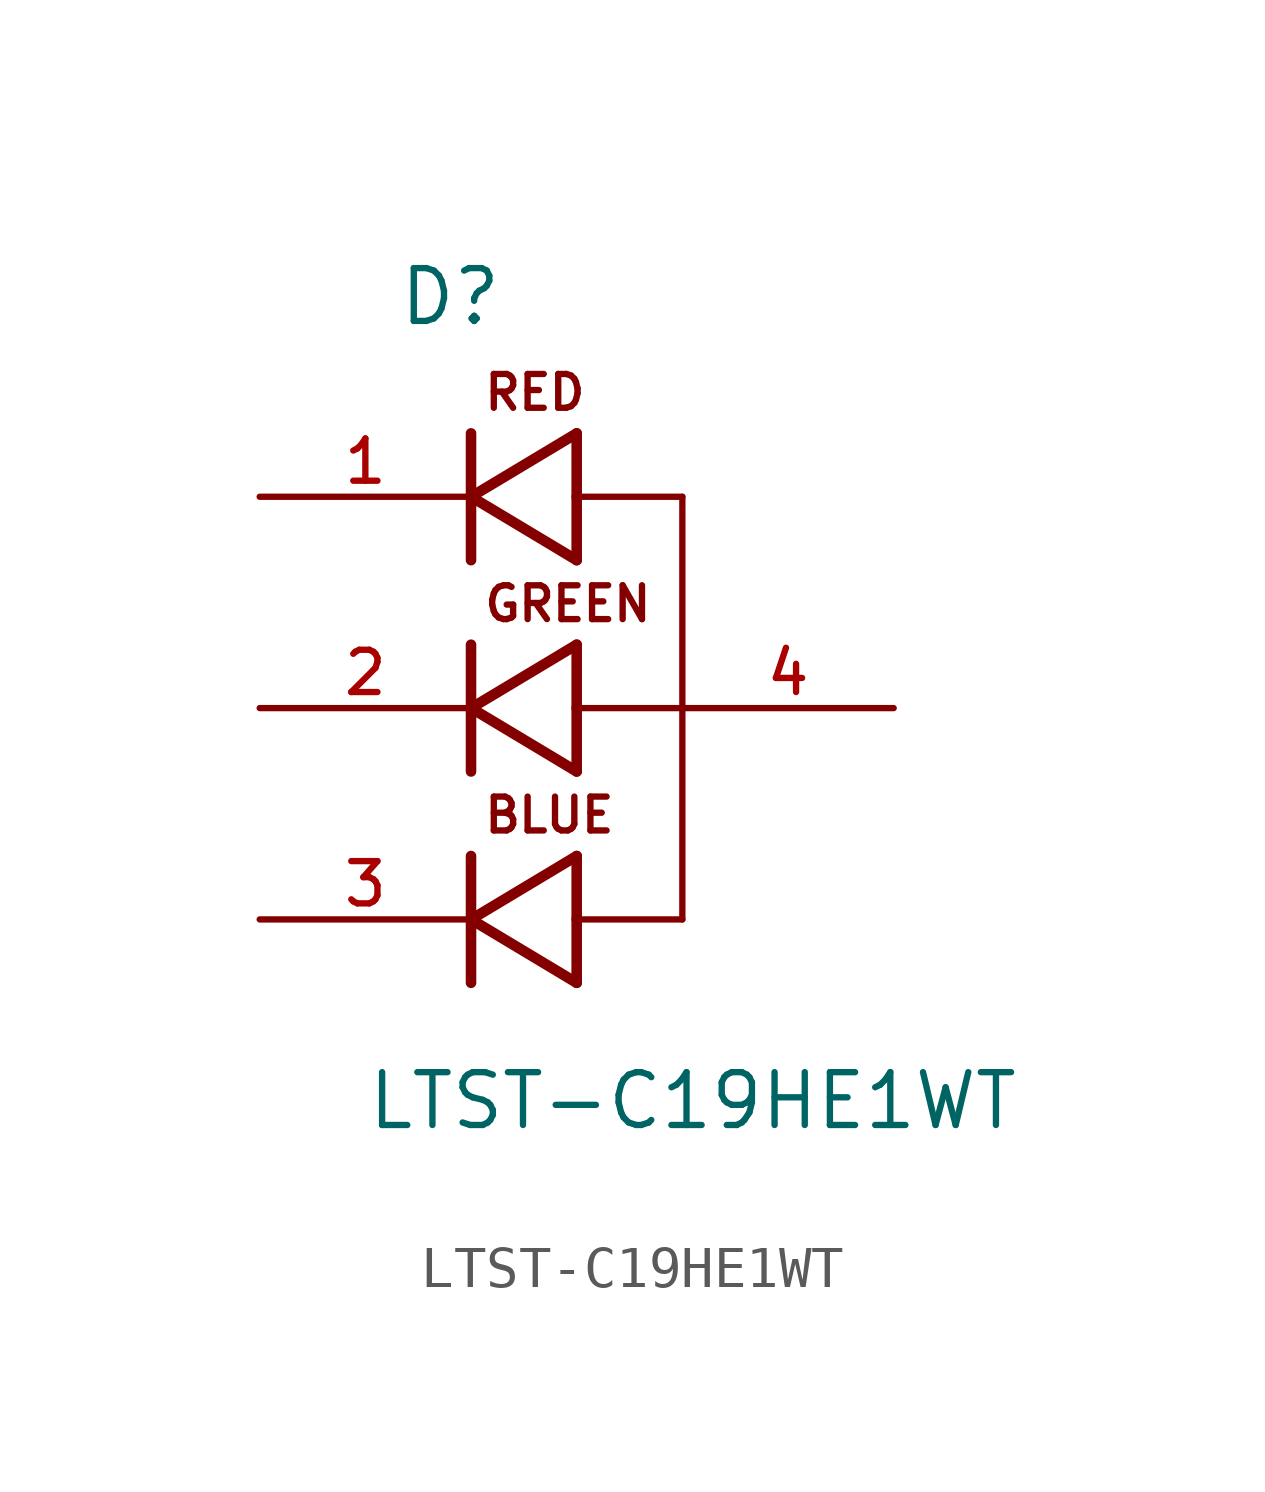
<source format=kicad_sym>
(kicad_symbol_lib
  (version 20211014)
  (generator kicad_symbol_editor)
  (symbol "LTST-C19HE1WT"
    (pin_names
      (offset 1.016) hide)
    (property "Reference" "D"
      (at -1.778 9.144 0)
      (effects (font (size 1.27 1.27)) (justify left bottom)))
    (property "Value" "LTST-C19HE1WT"
      (at -2.54 -10.185 0)
      (effects (font (size 1.27 1.27)) (justify left bottom)))
    (symbol "LTST-C19HE1WT_0_0"
      (polyline (pts (xy 0 -6.604) (xy 0 -3.556)) (stroke (width 0.254) (type default) (color 0 0 0 0)) (fill (type none)))
      (polyline (pts (xy 0 -5.08) (xy 2.54 -6.604)) (stroke (width 0.254) (type default) (color 0 0 0 0)) (fill (type none)))
      (polyline (pts (xy 0 -1.524) (xy 0 1.524)) (stroke (width 0.254) (type default) (color 0 0 0 0)) (fill (type none)))
      (polyline (pts (xy 0 0) (xy 2.54 -1.524)) (stroke (width 0.254) (type default) (color 0 0 0 0)) (fill (type none)))
      (polyline (pts (xy 0 3.556) (xy 0 6.604)) (stroke (width 0.254) (type default) (color 0 0 0 0)) (fill (type none)))
      (polyline (pts (xy 0 5.08) (xy 2.54 3.556)) (stroke (width 0.254) (type default) (color 0 0 0 0)) (fill (type none)))
      (polyline (pts (xy 2.54 -6.604) (xy 2.54 -5.08)) (stroke (width 0.254) (type default) (color 0 0 0 0)) (fill (type none)))
      (polyline (pts (xy 2.54 -5.08) (xy 2.54 -3.556)) (stroke (width 0.254) (type default) (color 0 0 0 0)) (fill (type none)))
      (polyline (pts (xy 2.54 -5.08) (xy 5.08 -5.08)) (stroke (width 0.152) (type default) (color 0 0 0 0)) (fill (type none)))
      (polyline (pts (xy 2.54 -3.556) (xy 0 -5.08)) (stroke (width 0.254) (type default) (color 0 0 0 0)) (fill (type none)))
      (polyline (pts (xy 2.54 -1.524) (xy 2.54 0)) (stroke (width 0.254) (type default) (color 0 0 0 0)) (fill (type none)))
      (polyline (pts (xy 2.54 0) (xy 2.54 1.524)) (stroke (width 0.254) (type default) (color 0 0 0 0)) (fill (type none)))
      (polyline (pts (xy 2.54 1.524) (xy 0 0)) (stroke (width 0.254) (type default) (color 0 0 0 0)) (fill (type none)))
      (polyline (pts (xy 2.54 3.556) (xy 2.54 5.08)) (stroke (width 0.254) (type default) (color 0 0 0 0)) (fill (type none)))
      (polyline (pts (xy 2.54 5.08) (xy 2.54 6.604)) (stroke (width 0.254) (type default) (color 0 0 0 0)) (fill (type none)))
      (polyline (pts (xy 2.54 6.604) (xy 0 5.08)) (stroke (width 0.254) (type default) (color 0 0 0 0)) (fill (type none)))
      (polyline (pts (xy 5.08 -5.08) (xy 5.08 0)) (stroke (width 0.152) (type default) (color 0 0 0 0)) (fill (type none)))
      (polyline (pts (xy 5.08 0) (xy 2.54 0)) (stroke (width 0.152) (type default) (color 0 0 0 0)) (fill (type none)))
      (polyline (pts (xy 5.08 0) (xy 5.08 5.08)) (stroke (width 0.152) (type default) (color 0 0 0 0)) (fill (type none)))
      (polyline (pts (xy 5.08 5.08) (xy 2.54 5.08)) (stroke (width 0.152) (type default) (color 0 0 0 0)) (fill (type none)))
      (text "BLUE" (at 0.254 -3.048 0) (effects (font (size 0.813 0.813)) (justify left bottom)))
      (text "GREEN" (at 0.254 2.032 0) (effects (font (size 0.813 0.813)) (justify left bottom)))
      (text "RED" (at 0.254 7.112 0) (effects (font (size 0.813 0.813)) (justify left bottom)))
      (pin passive line (at -5.08 5.08 0) (length 5.08) (name "~" (effects (font (size 1.016 1.016)))) (number "1" (effects (font (size 1.016 1.016)))))
      (pin passive line (at -5.08 0 0) (length 5.08) (name "~" (effects (font (size 1.016 1.016)))) (number "2" (effects (font (size 1.016 1.016)))))
      (pin passive line (at -5.08 -5.08 0) (length 5.08) (name "~" (effects (font (size 1.016 1.016)))) (number "3" (effects (font (size 1.016 1.016)))))
      (pin passive line (at 10.16 0 180) (length 5.08) (name "~" (effects (font (size 1.016 1.016)))) (number "4" (effects (font (size 1.016 1.016))))))))
</source>
